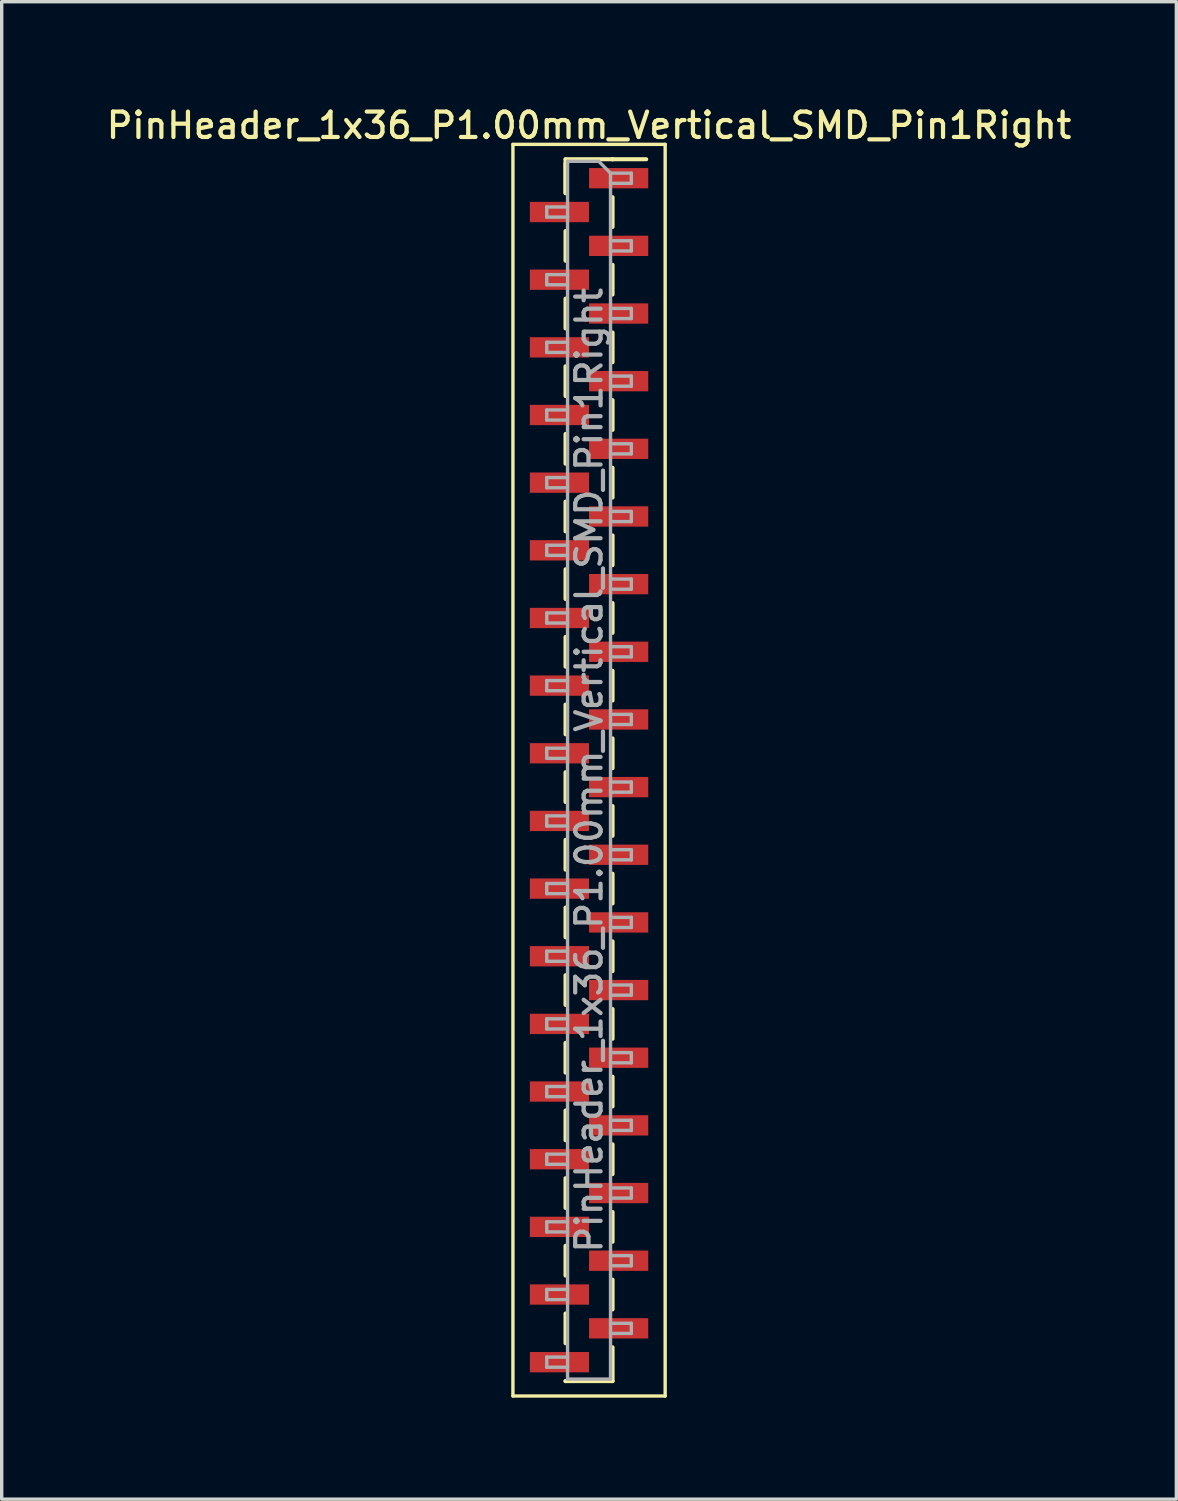
<source format=kicad_pcb>
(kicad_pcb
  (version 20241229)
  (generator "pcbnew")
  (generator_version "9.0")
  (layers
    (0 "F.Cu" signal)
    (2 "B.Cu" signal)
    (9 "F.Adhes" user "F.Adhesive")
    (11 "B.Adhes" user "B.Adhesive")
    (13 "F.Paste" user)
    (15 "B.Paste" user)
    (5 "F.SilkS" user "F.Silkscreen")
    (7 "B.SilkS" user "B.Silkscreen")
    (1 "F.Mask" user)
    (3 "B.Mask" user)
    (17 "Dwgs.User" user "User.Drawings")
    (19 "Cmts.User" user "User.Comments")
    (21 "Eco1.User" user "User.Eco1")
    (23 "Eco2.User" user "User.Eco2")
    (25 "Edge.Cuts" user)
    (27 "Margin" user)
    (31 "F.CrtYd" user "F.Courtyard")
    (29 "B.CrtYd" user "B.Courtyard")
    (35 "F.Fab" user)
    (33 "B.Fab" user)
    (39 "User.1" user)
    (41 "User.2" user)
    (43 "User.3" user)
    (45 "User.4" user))
  (footprint "PinHeader_1x36_P1.00mm_Vertical_SMD_Pin1Right"
    (layer "F.Cu")
    (at 14.363 19.718)
    (property "Reference" "PinHeader_1x36_P1.00mm_Vertical_SMD_Pin1Right" (at 0 -19.06 0) (layer "F.SilkS") (effects (font (size 0.75 0.75) (thickness 0.125))))
    (attr smd)
    (fp_line (start -2.25 -18.5) (end -2.25 18.5) (stroke (width 0.1) (type solid)) (layer "F.SilkS"))
    (fp_line (start -2.25 18.5) (end 2.25 18.5) (stroke (width 0.1) (type solid)) (layer "F.SilkS"))
    (fp_line (start -0.695 -18.06) (end -0.695 -17.06) (stroke (width 0.12) (type solid)) (layer "F.SilkS"))
    (fp_line (start -0.695 -18.06) (end 0.695 -18.06) (stroke (width 0.12) (type solid)) (layer "F.SilkS"))
    (fp_line (start -0.695 -17.94) (end -0.695 -17.06) (stroke (width 0.12) (type solid)) (layer "F.SilkS"))
    (fp_line (start -0.695 -15.94) (end -0.695 -15.06) (stroke (width 0.12) (type solid)) (layer "F.SilkS"))
    (fp_line (start -0.695 -13.94) (end -0.695 -13.06) (stroke (width 0.12) (type solid)) (layer "F.SilkS"))
    (fp_line (start -0.695 -11.94) (end -0.695 -11.06) (stroke (width 0.12) (type solid)) (layer "F.SilkS"))
    (fp_line (start -0.695 -9.94) (end -0.695 -9.06) (stroke (width 0.12) (type solid)) (layer "F.SilkS"))
    (fp_line (start -0.695 -7.94) (end -0.695 -7.06) (stroke (width 0.12) (type solid)) (layer "F.SilkS"))
    (fp_line (start -0.695 -5.94) (end -0.695 -5.06) (stroke (width 0.12) (type solid)) (layer "F.SilkS"))
    (fp_line (start -0.695 -3.94) (end -0.695 -3.06) (stroke (width 0.12) (type solid)) (layer "F.SilkS"))
    (fp_line (start -0.695 -1.94) (end -0.695 -1.06) (stroke (width 0.12) (type solid)) (layer "F.SilkS"))
    (fp_line (start -0.695 0.06) (end -0.695 0.94) (stroke (width 0.12) (type solid)) (layer "F.SilkS"))
    (fp_line (start -0.695 2.06) (end -0.695 2.94) (stroke (width 0.12) (type solid)) (layer "F.SilkS"))
    (fp_line (start -0.695 4.06) (end -0.695 4.94) (stroke (width 0.12) (type solid)) (layer "F.SilkS"))
    (fp_line (start -0.695 6.06) (end -0.695 6.94) (stroke (width 0.12) (type solid)) (layer "F.SilkS"))
    (fp_line (start -0.695 8.06) (end -0.695 8.94) (stroke (width 0.12) (type solid)) (layer "F.SilkS"))
    (fp_line (start -0.695 10.06) (end -0.695 10.94) (stroke (width 0.12) (type solid)) (layer "F.SilkS"))
    (fp_line (start -0.695 12.06) (end -0.695 12.94) (stroke (width 0.12) (type solid)) (layer "F.SilkS"))
    (fp_line (start -0.695 14.06) (end -0.695 14.94) (stroke (width 0.12) (type solid)) (layer "F.SilkS"))
    (fp_line (start -0.695 16.06) (end -0.695 16.94) (stroke (width 0.12) (type solid)) (layer "F.SilkS"))
    (fp_line (start -0.695 18.06) (end -0.695 18.06) (stroke (width 0.12) (type solid)) (layer "F.SilkS"))
    (fp_line (start -0.695 18.06) (end 0.695 18.06) (stroke (width 0.12) (type solid)) (layer "F.SilkS"))
    (fp_line (start 0.695 -18.06) (end 0.695 -18.06) (stroke (width 0.12) (type solid)) (layer "F.SilkS"))
    (fp_line (start 0.695 -18.06) (end 1.69 -18.06) (stroke (width 0.12) (type solid)) (layer "F.SilkS"))
    (fp_line (start 0.695 -16.94) (end 0.695 -16.06) (stroke (width 0.12) (type solid)) (layer "F.SilkS"))
    (fp_line (start 0.695 -14.94) (end 0.695 -14.06) (stroke (width 0.12) (type solid)) (layer "F.SilkS"))
    (fp_line (start 0.695 -12.94) (end 0.695 -12.06) (stroke (width 0.12) (type solid)) (layer "F.SilkS"))
    (fp_line (start 0.695 -10.94) (end 0.695 -10.06) (stroke (width 0.12) (type solid)) (layer "F.SilkS"))
    (fp_line (start 0.695 -8.94) (end 0.695 -8.06) (stroke (width 0.12) (type solid)) (layer "F.SilkS"))
    (fp_line (start 0.695 -6.94) (end 0.695 -6.06) (stroke (width 0.12) (type solid)) (layer "F.SilkS"))
    (fp_line (start 0.695 -4.94) (end 0.695 -4.06) (stroke (width 0.12) (type solid)) (layer "F.SilkS"))
    (fp_line (start 0.695 -2.94) (end 0.695 -2.06) (stroke (width 0.12) (type solid)) (layer "F.SilkS"))
    (fp_line (start 0.695 -0.94) (end 0.695 -0.06) (stroke (width 0.12) (type solid)) (layer "F.SilkS"))
    (fp_line (start 0.695 1.06) (end 0.695 1.94) (stroke (width 0.12) (type solid)) (layer "F.SilkS"))
    (fp_line (start 0.695 3.06) (end 0.695 3.94) (stroke (width 0.12) (type solid)) (layer "F.SilkS"))
    (fp_line (start 0.695 5.06) (end 0.695 5.94) (stroke (width 0.12) (type solid)) (layer "F.SilkS"))
    (fp_line (start 0.695 7.06) (end 0.695 7.94) (stroke (width 0.12) (type solid)) (layer "F.SilkS"))
    (fp_line (start 0.695 9.06) (end 0.695 9.94) (stroke (width 0.12) (type solid)) (layer "F.SilkS"))
    (fp_line (start 0.695 11.06) (end 0.695 11.94) (stroke (width 0.12) (type solid)) (layer "F.SilkS"))
    (fp_line (start 0.695 13.06) (end 0.695 13.94) (stroke (width 0.12) (type solid)) (layer "F.SilkS"))
    (fp_line (start 0.695 15.06) (end 0.695 15.94) (stroke (width 0.12) (type solid)) (layer "F.SilkS"))
    (fp_line (start 0.695 17.06) (end 0.695 18.06) (stroke (width 0.12) (type solid)) (layer "F.SilkS"))
    (fp_line (start 2.25 -18.5) (end -2.25 -18.5) (stroke (width 0.1) (type solid)) (layer "F.SilkS"))
    (fp_line (start 2.25 18.5) (end 2.25 -18.5) (stroke (width 0.1) (type solid)) (layer "F.SilkS"))
    (fp_line (start -1.25 -16.65) (end -1.25 -16.35) (stroke (width 0.1) (type solid)) (layer "F.Fab"))
    (fp_line (start -1.25 -16.35) (end -0.635 -16.35) (stroke (width 0.1) (type solid)) (layer "F.Fab"))
    (fp_line (start -1.25 -14.65) (end -1.25 -14.35) (stroke (width 0.1) (type solid)) (layer "F.Fab"))
    (fp_line (start -1.25 -14.35) (end -0.635 -14.35) (stroke (width 0.1) (type solid)) (layer "F.Fab"))
    (fp_line (start -1.25 -12.65) (end -1.25 -12.35) (stroke (width 0.1) (type solid)) (layer "F.Fab"))
    (fp_line (start -1.25 -12.35) (end -0.635 -12.35) (stroke (width 0.1) (type solid)) (layer "F.Fab"))
    (fp_line (start -1.25 -10.65) (end -1.25 -10.35) (stroke (width 0.1) (type solid)) (layer "F.Fab"))
    (fp_line (start -1.25 -10.35) (end -0.635 -10.35) (stroke (width 0.1) (type solid)) (layer "F.Fab"))
    (fp_line (start -1.25 -8.65) (end -1.25 -8.35) (stroke (width 0.1) (type solid)) (layer "F.Fab"))
    (fp_line (start -1.25 -8.35) (end -0.635 -8.35) (stroke (width 0.1) (type solid)) (layer "F.Fab"))
    (fp_line (start -1.25 -6.65) (end -1.25 -6.35) (stroke (width 0.1) (type solid)) (layer "F.Fab"))
    (fp_line (start -1.25 -6.35) (end -0.635 -6.35) (stroke (width 0.1) (type solid)) (layer "F.Fab"))
    (fp_line (start -1.25 -4.65) (end -1.25 -4.35) (stroke (width 0.1) (type solid)) (layer "F.Fab"))
    (fp_line (start -1.25 -4.35) (end -0.635 -4.35) (stroke (width 0.1) (type solid)) (layer "F.Fab"))
    (fp_line (start -1.25 -2.65) (end -1.25 -2.35) (stroke (width 0.1) (type solid)) (layer "F.Fab"))
    (fp_line (start -1.25 -2.35) (end -0.635 -2.35) (stroke (width 0.1) (type solid)) (layer "F.Fab"))
    (fp_line (start -1.25 -0.65) (end -1.25 -0.35) (stroke (width 0.1) (type solid)) (layer "F.Fab"))
    (fp_line (start -1.25 -0.35) (end -0.635 -0.35) (stroke (width 0.1) (type solid)) (layer "F.Fab"))
    (fp_line (start -1.25 1.35) (end -1.25 1.65) (stroke (width 0.1) (type solid)) (layer "F.Fab"))
    (fp_line (start -1.25 1.65) (end -0.635 1.65) (stroke (width 0.1) (type solid)) (layer "F.Fab"))
    (fp_line (start -1.25 3.35) (end -1.25 3.65) (stroke (width 0.1) (type solid)) (layer "F.Fab"))
    (fp_line (start -1.25 3.65) (end -0.635 3.65) (stroke (width 0.1) (type solid)) (layer "F.Fab"))
    (fp_line (start -1.25 5.35) (end -1.25 5.65) (stroke (width 0.1) (type solid)) (layer "F.Fab"))
    (fp_line (start -1.25 5.65) (end -0.635 5.65) (stroke (width 0.1) (type solid)) (layer "F.Fab"))
    (fp_line (start -1.25 7.35) (end -1.25 7.65) (stroke (width 0.1) (type solid)) (layer "F.Fab"))
    (fp_line (start -1.25 7.65) (end -0.635 7.65) (stroke (width 0.1) (type solid)) (layer "F.Fab"))
    (fp_line (start -1.25 9.35) (end -1.25 9.65) (stroke (width 0.1) (type solid)) (layer "F.Fab"))
    (fp_line (start -1.25 9.65) (end -0.635 9.65) (stroke (width 0.1) (type solid)) (layer "F.Fab"))
    (fp_line (start -1.25 11.35) (end -1.25 11.65) (stroke (width 0.1) (type solid)) (layer "F.Fab"))
    (fp_line (start -1.25 11.65) (end -0.635 11.65) (stroke (width 0.1) (type solid)) (layer "F.Fab"))
    (fp_line (start -1.25 13.35) (end -1.25 13.65) (stroke (width 0.1) (type solid)) (layer "F.Fab"))
    (fp_line (start -1.25 13.65) (end -0.635 13.65) (stroke (width 0.1) (type solid)) (layer "F.Fab"))
    (fp_line (start -1.25 15.35) (end -1.25 15.65) (stroke (width 0.1) (type solid)) (layer "F.Fab"))
    (fp_line (start -1.25 15.65) (end -0.635 15.65) (stroke (width 0.1) (type solid)) (layer "F.Fab"))
    (fp_line (start -1.25 17.35) (end -1.25 17.65) (stroke (width 0.1) (type solid)) (layer "F.Fab"))
    (fp_line (start -1.25 17.65) (end -0.635 17.65) (stroke (width 0.1) (type solid)) (layer "F.Fab"))
    (fp_line (start -0.635 -18) (end -0.635 18) (stroke (width 0.1) (type solid)) (layer "F.Fab"))
    (fp_line (start -0.635 -18) (end 0.285 -18) (stroke (width 0.1) (type solid)) (layer "F.Fab"))
    (fp_line (start -0.635 -16.65) (end -1.25 -16.65) (stroke (width 0.1) (type solid)) (layer "F.Fab"))
    (fp_line (start -0.635 -14.65) (end -1.25 -14.65) (stroke (width 0.1) (type solid)) (layer "F.Fab"))
    (fp_line (start -0.635 -12.65) (end -1.25 -12.65) (stroke (width 0.1) (type solid)) (layer "F.Fab"))
    (fp_line (start -0.635 -10.65) (end -1.25 -10.65) (stroke (width 0.1) (type solid)) (layer "F.Fab"))
    (fp_line (start -0.635 -8.65) (end -1.25 -8.65) (stroke (width 0.1) (type solid)) (layer "F.Fab"))
    (fp_line (start -0.635 -6.65) (end -1.25 -6.65) (stroke (width 0.1) (type solid)) (layer "F.Fab"))
    (fp_line (start -0.635 -4.65) (end -1.25 -4.65) (stroke (width 0.1) (type solid)) (layer "F.Fab"))
    (fp_line (start -0.635 -2.65) (end -1.25 -2.65) (stroke (width 0.1) (type solid)) (layer "F.Fab"))
    (fp_line (start -0.635 -0.65) (end -1.25 -0.65) (stroke (width 0.1) (type solid)) (layer "F.Fab"))
    (fp_line (start -0.635 1.35) (end -1.25 1.35) (stroke (width 0.1) (type solid)) (layer "F.Fab"))
    (fp_line (start -0.635 3.35) (end -1.25 3.35) (stroke (width 0.1) (type solid)) (layer "F.Fab"))
    (fp_line (start -0.635 5.35) (end -1.25 5.35) (stroke (width 0.1) (type solid)) (layer "F.Fab"))
    (fp_line (start -0.635 7.35) (end -1.25 7.35) (stroke (width 0.1) (type solid)) (layer "F.Fab"))
    (fp_line (start -0.635 9.35) (end -1.25 9.35) (stroke (width 0.1) (type solid)) (layer "F.Fab"))
    (fp_line (start -0.635 11.35) (end -1.25 11.35) (stroke (width 0.1) (type solid)) (layer "F.Fab"))
    (fp_line (start -0.635 13.35) (end -1.25 13.35) (stroke (width 0.1) (type solid)) (layer "F.Fab"))
    (fp_line (start -0.635 15.35) (end -1.25 15.35) (stroke (width 0.1) (type solid)) (layer "F.Fab"))
    (fp_line (start -0.635 17.35) (end -1.25 17.35) (stroke (width 0.1) (type solid)) (layer "F.Fab"))
    (fp_line (start 0.635 -17.65) (end 0.285 -18) (stroke (width 0.1) (type solid)) (layer "F.Fab"))
    (fp_line (start 0.635 -17.65) (end 1.25 -17.65) (stroke (width 0.1) (type solid)) (layer "F.Fab"))
    (fp_line (start 0.635 -15.65) (end 1.25 -15.65) (stroke (width 0.1) (type solid)) (layer "F.Fab"))
    (fp_line (start 0.635 -13.65) (end 1.25 -13.65) (stroke (width 0.1) (type solid)) (layer "F.Fab"))
    (fp_line (start 0.635 -11.65) (end 1.25 -11.65) (stroke (width 0.1) (type solid)) (layer "F.Fab"))
    (fp_line (start 0.635 -9.65) (end 1.25 -9.65) (stroke (width 0.1) (type solid)) (layer "F.Fab"))
    (fp_line (start 0.635 -7.65) (end 1.25 -7.65) (stroke (width 0.1) (type solid)) (layer "F.Fab"))
    (fp_line (start 0.635 -5.65) (end 1.25 -5.65) (stroke (width 0.1) (type solid)) (layer "F.Fab"))
    (fp_line (start 0.635 -3.65) (end 1.25 -3.65) (stroke (width 0.1) (type solid)) (layer "F.Fab"))
    (fp_line (start 0.635 -1.65) (end 1.25 -1.65) (stroke (width 0.1) (type solid)) (layer "F.Fab"))
    (fp_line (start 0.635 0.35) (end 1.25 0.35) (stroke (width 0.1) (type solid)) (layer "F.Fab"))
    (fp_line (start 0.635 2.35) (end 1.25 2.35) (stroke (width 0.1) (type solid)) (layer "F.Fab"))
    (fp_line (start 0.635 4.35) (end 1.25 4.35) (stroke (width 0.1) (type solid)) (layer "F.Fab"))
    (fp_line (start 0.635 6.35) (end 1.25 6.35) (stroke (width 0.1) (type solid)) (layer "F.Fab"))
    (fp_line (start 0.635 8.35) (end 1.25 8.35) (stroke (width 0.1) (type solid)) (layer "F.Fab"))
    (fp_line (start 0.635 10.35) (end 1.25 10.35) (stroke (width 0.1) (type solid)) (layer "F.Fab"))
    (fp_line (start 0.635 12.35) (end 1.25 12.35) (stroke (width 0.1) (type solid)) (layer "F.Fab"))
    (fp_line (start 0.635 14.35) (end 1.25 14.35) (stroke (width 0.1) (type solid)) (layer "F.Fab"))
    (fp_line (start 0.635 16.35) (end 1.25 16.35) (stroke (width 0.1) (type solid)) (layer "F.Fab"))
    (fp_line (start 0.635 18) (end -0.635 18) (stroke (width 0.1) (type solid)) (layer "F.Fab"))
    (fp_line (start 0.635 18) (end 0.635 -17.65) (stroke (width 0.1) (type solid)) (layer "F.Fab"))
    (fp_line (start 1.25 -17.65) (end 1.25 -17.35) (stroke (width 0.1) (type solid)) (layer "F.Fab"))
    (fp_line (start 1.25 -17.35) (end 0.635 -17.35) (stroke (width 0.1) (type solid)) (layer "F.Fab"))
    (fp_line (start 1.25 -15.65) (end 1.25 -15.35) (stroke (width 0.1) (type solid)) (layer "F.Fab"))
    (fp_line (start 1.25 -15.35) (end 0.635 -15.35) (stroke (width 0.1) (type solid)) (layer "F.Fab"))
    (fp_line (start 1.25 -13.65) (end 1.25 -13.35) (stroke (width 0.1) (type solid)) (layer "F.Fab"))
    (fp_line (start 1.25 -13.35) (end 0.635 -13.35) (stroke (width 0.1) (type solid)) (layer "F.Fab"))
    (fp_line (start 1.25 -11.65) (end 1.25 -11.35) (stroke (width 0.1) (type solid)) (layer "F.Fab"))
    (fp_line (start 1.25 -11.35) (end 0.635 -11.35) (stroke (width 0.1) (type solid)) (layer "F.Fab"))
    (fp_line (start 1.25 -9.65) (end 1.25 -9.35) (stroke (width 0.1) (type solid)) (layer "F.Fab"))
    (fp_line (start 1.25 -9.35) (end 0.635 -9.35) (stroke (width 0.1) (type solid)) (layer "F.Fab"))
    (fp_line (start 1.25 -7.65) (end 1.25 -7.35) (stroke (width 0.1) (type solid)) (layer "F.Fab"))
    (fp_line (start 1.25 -7.35) (end 0.635 -7.35) (stroke (width 0.1) (type solid)) (layer "F.Fab"))
    (fp_line (start 1.25 -5.65) (end 1.25 -5.35) (stroke (width 0.1) (type solid)) (layer "F.Fab"))
    (fp_line (start 1.25 -5.35) (end 0.635 -5.35) (stroke (width 0.1) (type solid)) (layer "F.Fab"))
    (fp_line (start 1.25 -3.65) (end 1.25 -3.35) (stroke (width 0.1) (type solid)) (layer "F.Fab"))
    (fp_line (start 1.25 -3.35) (end 0.635 -3.35) (stroke (width 0.1) (type solid)) (layer "F.Fab"))
    (fp_line (start 1.25 -1.65) (end 1.25 -1.35) (stroke (width 0.1) (type solid)) (layer "F.Fab"))
    (fp_line (start 1.25 -1.35) (end 0.635 -1.35) (stroke (width 0.1) (type solid)) (layer "F.Fab"))
    (fp_line (start 1.25 0.35) (end 1.25 0.65) (stroke (width 0.1) (type solid)) (layer "F.Fab"))
    (fp_line (start 1.25 0.65) (end 0.635 0.65) (stroke (width 0.1) (type solid)) (layer "F.Fab"))
    (fp_line (start 1.25 2.35) (end 1.25 2.65) (stroke (width 0.1) (type solid)) (layer "F.Fab"))
    (fp_line (start 1.25 2.65) (end 0.635 2.65) (stroke (width 0.1) (type solid)) (layer "F.Fab"))
    (fp_line (start 1.25 4.35) (end 1.25 4.65) (stroke (width 0.1) (type solid)) (layer "F.Fab"))
    (fp_line (start 1.25 4.65) (end 0.635 4.65) (stroke (width 0.1) (type solid)) (layer "F.Fab"))
    (fp_line (start 1.25 6.35) (end 1.25 6.65) (stroke (width 0.1) (type solid)) (layer "F.Fab"))
    (fp_line (start 1.25 6.65) (end 0.635 6.65) (stroke (width 0.1) (type solid)) (layer "F.Fab"))
    (fp_line (start 1.25 8.35) (end 1.25 8.65) (stroke (width 0.1) (type solid)) (layer "F.Fab"))
    (fp_line (start 1.25 8.65) (end 0.635 8.65) (stroke (width 0.1) (type solid)) (layer "F.Fab"))
    (fp_line (start 1.25 10.35) (end 1.25 10.65) (stroke (width 0.1) (type solid)) (layer "F.Fab"))
    (fp_line (start 1.25 10.65) (end 0.635 10.65) (stroke (width 0.1) (type solid)) (layer "F.Fab"))
    (fp_line (start 1.25 12.35) (end 1.25 12.65) (stroke (width 0.1) (type solid)) (layer "F.Fab"))
    (fp_line (start 1.25 12.65) (end 0.635 12.65) (stroke (width 0.1) (type solid)) (layer "F.Fab"))
    (fp_line (start 1.25 14.35) (end 1.25 14.65) (stroke (width 0.1) (type solid)) (layer "F.Fab"))
    (fp_line (start 1.25 14.65) (end 0.635 14.65) (stroke (width 0.1) (type solid)) (layer "F.Fab"))
    (fp_line (start 1.25 16.35) (end 1.25 16.65) (stroke (width 0.1) (type solid)) (layer "F.Fab"))
    (fp_line (start 1.25 16.65) (end 0.635 16.65) (stroke (width 0.1) (type solid)) (layer "F.Fab"))
    (fp_text user "${REFERENCE}" (at 0 0 90) (layer "F.Fab") (effects (font (size 0.75 0.75) (thickness 0.125))))
    (pad "1" smd rect (at 0.875 -17.5) (size 1.75 0.6) (layers "F.Cu" "F.Mask" "F.Paste"))
    (pad "2" smd rect (at -0.875 -16.5) (size 1.75 0.6) (layers "F.Cu" "F.Mask" "F.Paste"))
    (pad "3" smd rect (at 0.875 -15.5) (size 1.75 0.6) (layers "F.Cu" "F.Mask" "F.Paste"))
    (pad "4" smd rect (at -0.875 -14.5) (size 1.75 0.6) (layers "F.Cu" "F.Mask" "F.Paste"))
    (pad "5" smd rect (at 0.875 -13.5) (size 1.75 0.6) (layers "F.Cu" "F.Mask" "F.Paste"))
    (pad "6" smd rect (at -0.875 -12.5) (size 1.75 0.6) (layers "F.Cu" "F.Mask" "F.Paste"))
    (pad "7" smd rect (at 0.875 -11.5) (size 1.75 0.6) (layers "F.Cu" "F.Mask" "F.Paste"))
    (pad "8" smd rect (at -0.875 -10.5) (size 1.75 0.6) (layers "F.Cu" "F.Mask" "F.Paste"))
    (pad "9" smd rect (at 0.875 -9.5) (size 1.75 0.6) (layers "F.Cu" "F.Mask" "F.Paste"))
    (pad "10" smd rect (at -0.875 -8.5) (size 1.75 0.6) (layers "F.Cu" "F.Mask" "F.Paste"))
    (pad "11" smd rect (at 0.875 -7.5) (size 1.75 0.6) (layers "F.Cu" "F.Mask" "F.Paste"))
    (pad "12" smd rect (at -0.875 -6.5) (size 1.75 0.6) (layers "F.Cu" "F.Mask" "F.Paste"))
    (pad "13" smd rect (at 0.875 -5.5) (size 1.75 0.6) (layers "F.Cu" "F.Mask" "F.Paste"))
    (pad "14" smd rect (at -0.875 -4.5) (size 1.75 0.6) (layers "F.Cu" "F.Mask" "F.Paste"))
    (pad "15" smd rect (at 0.875 -3.5) (size 1.75 0.6) (layers "F.Cu" "F.Mask" "F.Paste"))
    (pad "16" smd rect (at -0.875 -2.5) (size 1.75 0.6) (layers "F.Cu" "F.Mask" "F.Paste"))
    (pad "17" smd rect (at 0.875 -1.5) (size 1.75 0.6) (layers "F.Cu" "F.Mask" "F.Paste"))
    (pad "18" smd rect (at -0.875 -0.5) (size 1.75 0.6) (layers "F.Cu" "F.Mask" "F.Paste"))
    (pad "19" smd rect (at 0.875 0.5) (size 1.75 0.6) (layers "F.Cu" "F.Mask" "F.Paste"))
    (pad "20" smd rect (at -0.875 1.5) (size 1.75 0.6) (layers "F.Cu" "F.Mask" "F.Paste"))
    (pad "21" smd rect (at 0.875 2.5) (size 1.75 0.6) (layers "F.Cu" "F.Mask" "F.Paste"))
    (pad "22" smd rect (at -0.875 3.5) (size 1.75 0.6) (layers "F.Cu" "F.Mask" "F.Paste"))
    (pad "23" smd rect (at 0.875 4.5) (size 1.75 0.6) (layers "F.Cu" "F.Mask" "F.Paste"))
    (pad "24" smd rect (at -0.875 5.5) (size 1.75 0.6) (layers "F.Cu" "F.Mask" "F.Paste"))
    (pad "25" smd rect (at 0.875 6.5) (size 1.75 0.6) (layers "F.Cu" "F.Mask" "F.Paste"))
    (pad "26" smd rect (at -0.875 7.5) (size 1.75 0.6) (layers "F.Cu" "F.Mask" "F.Paste"))
    (pad "27" smd rect (at 0.875 8.5) (size 1.75 0.6) (layers "F.Cu" "F.Mask" "F.Paste"))
    (pad "28" smd rect (at -0.875 9.5) (size 1.75 0.6) (layers "F.Cu" "F.Mask" "F.Paste"))
    (pad "29" smd rect (at 0.875 10.5) (size 1.75 0.6) (layers "F.Cu" "F.Mask" "F.Paste"))
    (pad "30" smd rect (at -0.875 11.5) (size 1.75 0.6) (layers "F.Cu" "F.Mask" "F.Paste"))
    (pad "31" smd rect (at 0.875 12.5) (size 1.75 0.6) (layers "F.Cu" "F.Mask" "F.Paste"))
    (pad "32" smd rect (at -0.875 13.5) (size 1.75 0.6) (layers "F.Cu" "F.Mask" "F.Paste"))
    (pad "33" smd rect (at 0.875 14.5) (size 1.75 0.6) (layers "F.Cu" "F.Mask" "F.Paste"))
    (pad "34" smd rect (at -0.875 15.5) (size 1.75 0.6) (layers "F.Cu" "F.Mask" "F.Paste"))
    (pad "35" smd rect (at 0.875 16.5) (size 1.75 0.6) (layers "F.Cu" "F.Mask" "F.Paste"))
    (pad "36" smd rect (at -0.875 17.5) (size 1.75 0.6) (layers "F.Cu" "F.Mask" "F.Paste")))
  (gr_rect
    (start -3 -3)
    (end 31.725 41.268)
    (stroke (width 0.1) (type default))
    (fill no)
    (layer "Edge.Cuts")))
</source>
